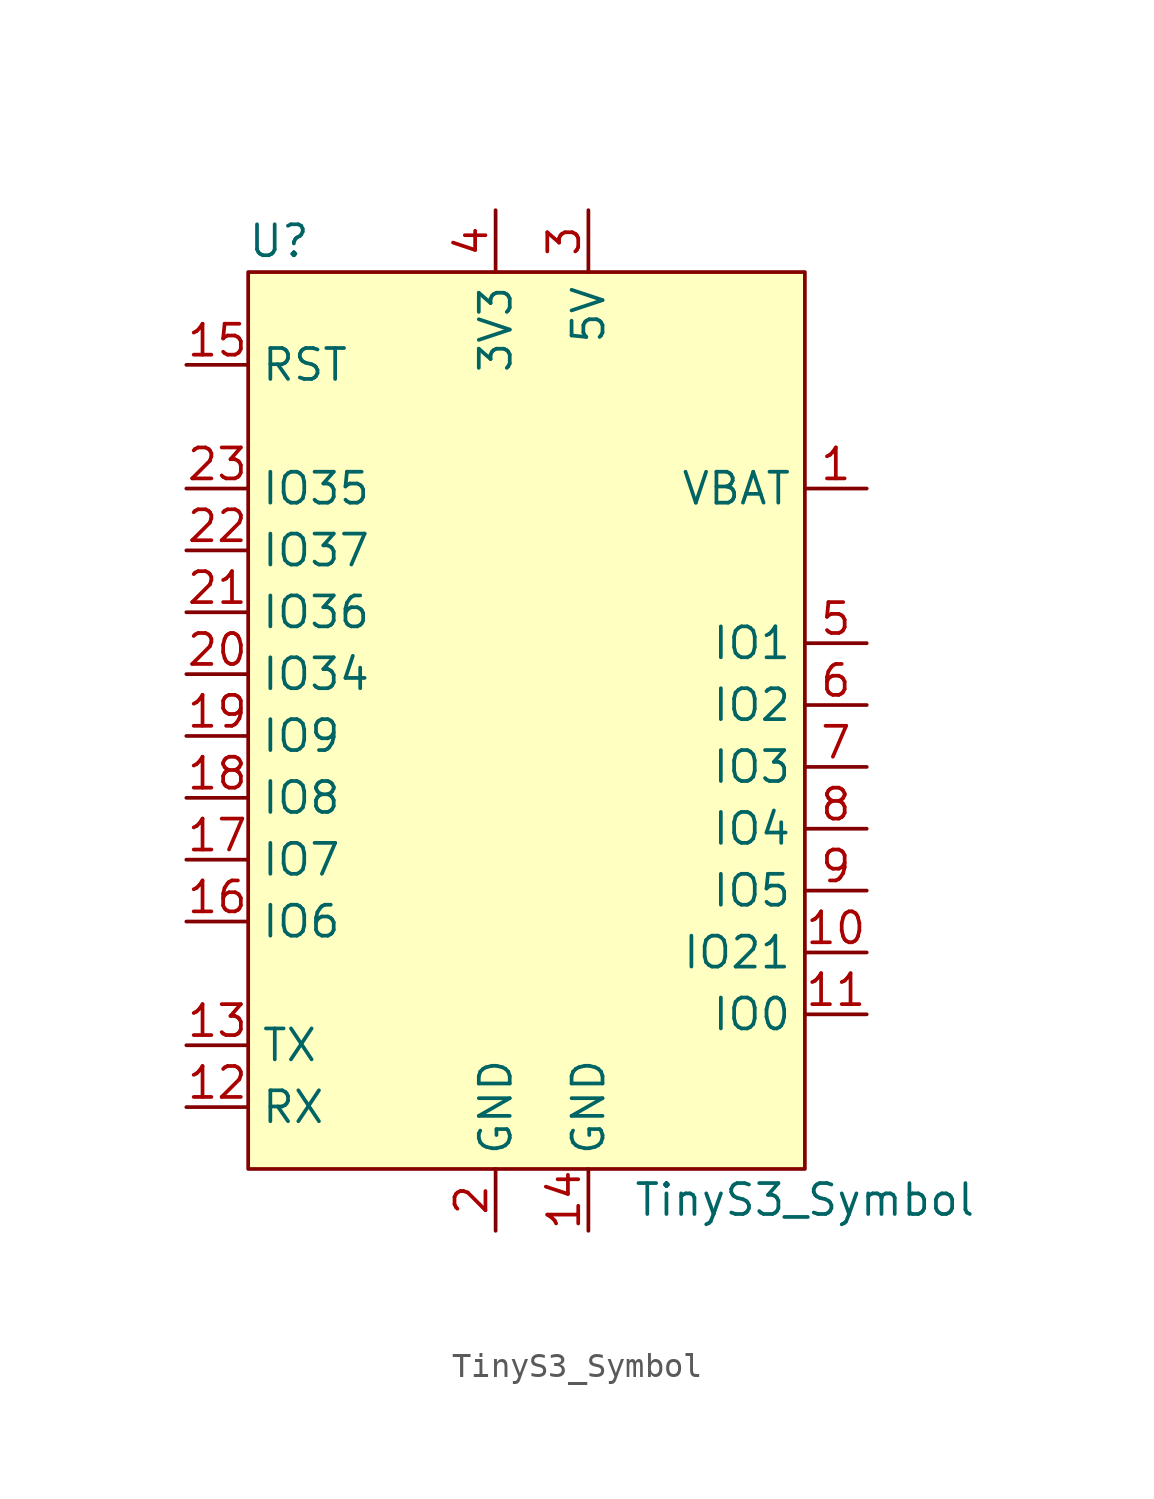
<source format=kicad_sym>
(kicad_symbol_lib
  (version 20211014)
  (generator kicad_symbol_editor)
  (symbol "TinyS3_Symbol"
    (property "Reference" "U"
      (at -12.7 24.13 0)
      (effects (font (size 1.27 1.27))))
    (property "Value" "TinyS3_Symbol"
      (at 8.89 -15.24 0)
      (effects (font (size 1.27 1.27))))
    (symbol "TinyS3_Symbol_0_1"
      (rectangle (start -13.97 22.86) (end 8.89 -13.97) (stroke (width 0.152) (type default) (color 0 0 0 0)) (fill (type background))))
    (symbol "TinyS3_Symbol_1_1"
      (pin power_in line (at 11.43 13.97 180) (length 2.54) (name "VBAT" (effects (font (size 1.27 1.27)))) (number "1" (effects (font (size 1.27 1.27)))))
      (pin bidirectional line (at 11.43 -5.08 180) (length 2.54) (name "IO21" (effects (font (size 1.27 1.27)))) (number "10" (effects (font (size 1.27 1.27)))))
      (pin bidirectional line (at 11.43 -7.62 180) (length 2.54) (name "IO0" (effects (font (size 1.27 1.27)))) (number "11" (effects (font (size 1.27 1.27)))))
      (pin bidirectional line (at -16.51 -11.43 0) (length 2.54) (name "RX" (effects (font (size 1.27 1.27)))) (number "12" (effects (font (size 1.27 1.27)))))
      (pin bidirectional line (at -16.51 -8.89 0) (length 2.54) (name "TX" (effects (font (size 1.27 1.27)))) (number "13" (effects (font (size 1.27 1.27)))))
      (pin power_in line (at 0 -16.51 90) (length 2.54) (name "GND" (effects (font (size 1.27 1.27)))) (number "14" (effects (font (size 1.27 1.27)))))
      (pin input line (at -16.51 19.05 0) (length 2.54) (name "RST" (effects (font (size 1.27 1.27)))) (number "15" (effects (font (size 1.27 1.27)))))
      (pin bidirectional line (at -16.51 -3.81 0) (length 2.54) (name "IO6" (effects (font (size 1.27 1.27)))) (number "16" (effects (font (size 1.27 1.27)))))
      (pin bidirectional line (at -16.51 -1.27 0) (length 2.54) (name "IO7" (effects (font (size 1.27 1.27)))) (number "17" (effects (font (size 1.27 1.27)))))
      (pin bidirectional line (at -16.51 1.27 0) (length 2.54) (name "IO8" (effects (font (size 1.27 1.27)))) (number "18" (effects (font (size 1.27 1.27)))))
      (pin bidirectional line (at -16.51 3.81 0) (length 2.54) (name "IO9" (effects (font (size 1.27 1.27)))) (number "19" (effects (font (size 1.27 1.27)))))
      (pin power_in line (at -3.81 -16.51 90) (length 2.54) (name "GND" (effects (font (size 1.27 1.27)))) (number "2" (effects (font (size 1.27 1.27)))))
      (pin bidirectional line (at -16.51 6.35 0) (length 2.54) (name "IO34" (effects (font (size 1.27 1.27)))) (number "20" (effects (font (size 1.27 1.27)))))
      (pin bidirectional line (at -16.51 8.89 0) (length 2.54) (name "IO36" (effects (font (size 1.27 1.27)))) (number "21" (effects (font (size 1.27 1.27)))))
      (pin bidirectional line (at -16.51 11.43 0) (length 2.54) (name "IO37" (effects (font (size 1.27 1.27)))) (number "22" (effects (font (size 1.27 1.27)))))
      (pin bidirectional line (at -16.51 13.97 0) (length 2.54) (name "IO35" (effects (font (size 1.27 1.27)))) (number "23" (effects (font (size 1.27 1.27)))))
      (pin power_in line (at 0 25.4 270) (length 2.54) (name "5V" (effects (font (size 1.27 1.27)))) (number "3" (effects (font (size 1.27 1.27)))))
      (pin power_in line (at -3.81 25.4 270) (length 2.54) (name "3V3" (effects (font (size 1.27 1.27)))) (number "4" (effects (font (size 1.27 1.27)))))
      (pin bidirectional line (at 11.43 7.62 180) (length 2.54) (name "IO1" (effects (font (size 1.27 1.27)))) (number "5" (effects (font (size 1.27 1.27)))))
      (pin bidirectional line (at 11.43 5.08 180) (length 2.54) (name "IO2" (effects (font (size 1.27 1.27)))) (number "6" (effects (font (size 1.27 1.27)))))
      (pin bidirectional line (at 11.43 2.54 180) (length 2.54) (name "IO3" (effects (font (size 1.27 1.27)))) (number "7" (effects (font (size 1.27 1.27)))))
      (pin bidirectional line (at 11.43 0 180) (length 2.54) (name "IO4" (effects (font (size 1.27 1.27)))) (number "8" (effects (font (size 1.27 1.27)))))
      (pin bidirectional line (at 11.43 -2.54 180) (length 2.54) (name "IO5" (effects (font (size 1.27 1.27)))) (number "9" (effects (font (size 1.27 1.27))))))))
</source>
